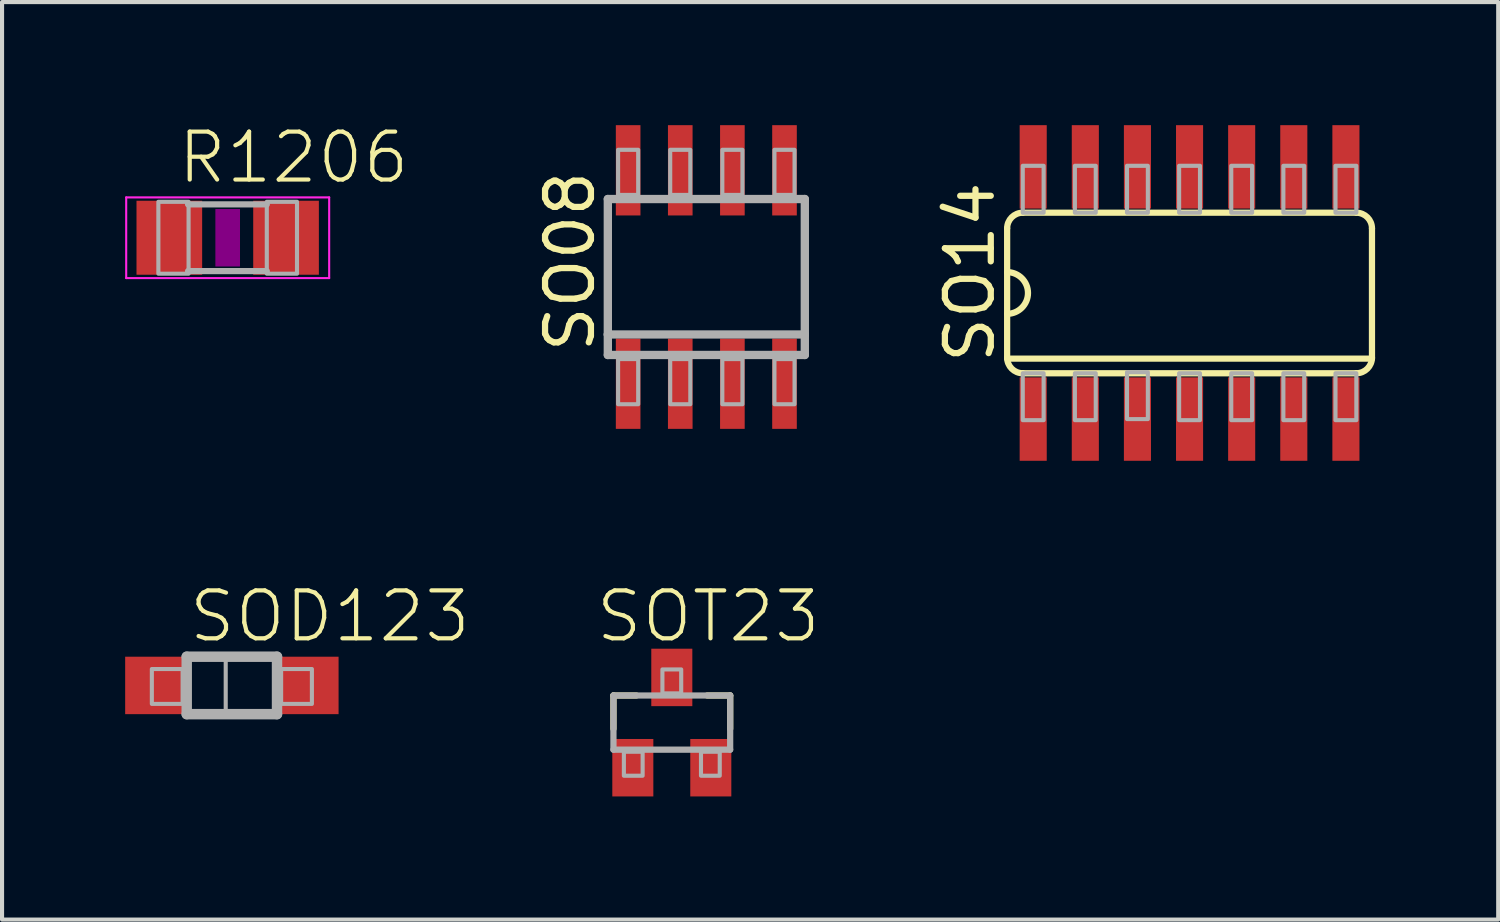
<source format=kicad_pcb>
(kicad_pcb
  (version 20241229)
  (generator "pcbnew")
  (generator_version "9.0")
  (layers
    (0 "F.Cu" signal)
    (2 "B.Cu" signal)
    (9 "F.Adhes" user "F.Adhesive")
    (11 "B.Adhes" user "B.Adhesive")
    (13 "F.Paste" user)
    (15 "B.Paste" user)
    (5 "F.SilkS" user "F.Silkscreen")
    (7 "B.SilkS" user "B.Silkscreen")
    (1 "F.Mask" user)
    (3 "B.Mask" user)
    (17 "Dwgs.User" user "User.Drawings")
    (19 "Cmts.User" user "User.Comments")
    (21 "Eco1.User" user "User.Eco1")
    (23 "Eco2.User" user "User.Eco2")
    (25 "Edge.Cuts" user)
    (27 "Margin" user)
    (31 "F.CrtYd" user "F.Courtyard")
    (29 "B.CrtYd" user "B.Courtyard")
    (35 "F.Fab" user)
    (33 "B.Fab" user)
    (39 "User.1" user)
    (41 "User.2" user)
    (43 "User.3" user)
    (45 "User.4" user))
  (footprint "SO14"
    (layer "F.Cu")
    (at 25.936 4.089)
    (property "Reference" "SO14" (at -4.699 1.778 90) (layer "F.SilkS") (effects (font (size 1.118 1.118) (thickness 0.152)) (justify left bottom)))
    (fp_line (start -4.445 -1.575) (end -4.445 1.575) (stroke (width 0.152) (type solid)) (layer "F.SilkS"))
    (fp_line (start -4.445 1.6) (end 4.445 1.6) (stroke (width 0.152) (type solid)) (layer "F.SilkS"))
    (fp_line (start -4.064 1.956) (end 4.064 1.956) (stroke (width 0.152) (type solid)) (layer "F.SilkS"))
    (fp_line (start 4.064 -1.956) (end -4.064 -1.956) (stroke (width 0.152) (type solid)) (layer "F.SilkS"))
    (fp_line (start 4.445 1.575) (end 4.445 -1.575) (stroke (width 0.152) (type solid)) (layer "F.SilkS"))
    (fp_arc (start -4.445 -1.5748) (mid -4.333408 -1.844208) (end -4.064 -1.9558) (stroke (width 0.1524) (type solid)) (layer "F.SilkS"))
    (fp_arc (start -4.445 -0.508) (mid -3.937 0) (end -4.445 0.508) (stroke (width 0.1524) (type solid)) (layer "F.SilkS"))
    (fp_arc (start -4.064 1.9558) (mid -4.333408 1.844208) (end -4.445 1.5748) (stroke (width 0.1524) (type solid)) (layer "F.SilkS"))
    (fp_arc (start 4.064 -1.9558) (mid 4.333408 -1.844208) (end 4.445 -1.5748) (stroke (width 0.1524) (type solid)) (layer "F.SilkS"))
    (fp_arc (start 4.445 1.5748) (mid 4.333408 1.844208) (end 4.064 1.9558) (stroke (width 0.1524) (type solid)) (layer "F.SilkS"))
    (fp_poly (pts (xy -4.064 -1.956) (xy -3.556 -1.956) (xy -3.556 -3.099) (xy -4.064 -3.099)) (stroke (width 0.1) (type solid)) (fill no) (layer "F.Fab"))
    (fp_poly (pts (xy -4.064 3.099) (xy -3.556 3.099) (xy -3.556 1.956) (xy -4.064 1.956)) (stroke (width 0.1) (type solid)) (fill no) (layer "F.Fab"))
    (fp_poly (pts (xy -2.794 -1.956) (xy -2.286 -1.956) (xy -2.286 -3.099) (xy -2.794 -3.099)) (stroke (width 0.1) (type solid)) (fill no) (layer "F.Fab"))
    (fp_poly (pts (xy -2.794 3.099) (xy -2.286 3.099) (xy -2.286 1.956) (xy -2.794 1.956)) (stroke (width 0.1) (type solid)) (fill no) (layer "F.Fab"))
    (fp_poly (pts (xy -1.524 -1.956) (xy -1.016 -1.956) (xy -1.016 -3.099) (xy -1.524 -3.099)) (stroke (width 0.1) (type solid)) (fill no) (layer "F.Fab"))
    (fp_poly (pts (xy -1.524 3.073) (xy -1.016 3.073) (xy -1.016 1.93) (xy -1.524 1.93)) (stroke (width 0.1) (type solid)) (fill no) (layer "F.Fab"))
    (fp_poly (pts (xy -0.254 -1.956) (xy 0.254 -1.956) (xy 0.254 -3.099) (xy -0.254 -3.099)) (stroke (width 0.1) (type solid)) (fill no) (layer "F.Fab"))
    (fp_poly (pts (xy -0.254 3.099) (xy 0.254 3.099) (xy 0.254 1.956) (xy -0.254 1.956)) (stroke (width 0.1) (type solid)) (fill no) (layer "F.Fab"))
    (fp_poly (pts (xy 1.016 -1.956) (xy 1.524 -1.956) (xy 1.524 -3.099) (xy 1.016 -3.099)) (stroke (width 0.1) (type solid)) (fill no) (layer "F.Fab"))
    (fp_poly (pts (xy 1.016 3.099) (xy 1.524 3.099) (xy 1.524 1.956) (xy 1.016 1.956)) (stroke (width 0.1) (type solid)) (fill no) (layer "F.Fab"))
    (fp_poly (pts (xy 2.286 -1.956) (xy 2.794 -1.956) (xy 2.794 -3.099) (xy 2.286 -3.099)) (stroke (width 0.1) (type solid)) (fill no) (layer "F.Fab"))
    (fp_poly (pts (xy 2.286 3.099) (xy 2.794 3.099) (xy 2.794 1.956) (xy 2.286 1.956)) (stroke (width 0.1) (type solid)) (fill no) (layer "F.Fab"))
    (fp_poly (pts (xy 3.556 -1.956) (xy 4.064 -1.956) (xy 4.064 -3.099) (xy 3.556 -3.099)) (stroke (width 0.1) (type solid)) (fill no) (layer "F.Fab"))
    (fp_poly (pts (xy 3.556 3.099) (xy 4.064 3.099) (xy 4.064 1.956) (xy 3.556 1.956)) (stroke (width 0.1) (type solid)) (fill no) (layer "F.Fab"))
    (pad "1" smd rect (at -3.81 3.073) (size 0.66 2.032) (layers "F.Cu" "F.Mask" "F.Paste"))
    (pad "2" smd rect (at -2.54 3.073) (size 0.66 2.032) (layers "F.Cu" "F.Mask" "F.Paste"))
    (pad "3" smd rect (at -1.27 3.073) (size 0.66 2.032) (layers "F.Cu" "F.Mask" "F.Paste"))
    (pad "4" smd rect (at 0 3.073) (size 0.66 2.032) (layers "F.Cu" "F.Mask" "F.Paste"))
    (pad "5" smd rect (at 1.27 3.073) (size 0.66 2.032) (layers "F.Cu" "F.Mask" "F.Paste"))
    (pad "6" smd rect (at 2.54 3.073) (size 0.66 2.032) (layers "F.Cu" "F.Mask" "F.Paste"))
    (pad "7" smd rect (at 3.81 3.073) (size 0.66 2.032) (layers "F.Cu" "F.Mask" "F.Paste"))
    (pad "8" smd rect (at 3.81 -3.073) (size 0.66 2.032) (layers "F.Cu" "F.Mask" "F.Paste"))
    (pad "9" smd rect (at 2.54 -3.073) (size 0.66 2.032) (layers "F.Cu" "F.Mask" "F.Paste"))
    (pad "10" smd rect (at 1.27 -3.073) (size 0.66 2.032) (layers "F.Cu" "F.Mask" "F.Paste"))
    (pad "11" smd rect (at 0 -3.073) (size 0.66 2.032) (layers "F.Cu" "F.Mask" "F.Paste"))
    (pad "12" smd rect (at -1.27 -3.073) (size 0.66 2.032) (layers "F.Cu" "F.Mask" "F.Paste"))
    (pad "13" smd rect (at -2.54 -3.073) (size 0.66 2.032) (layers "F.Cu" "F.Mask" "F.Paste"))
    (pad "14" smd rect (at -3.81 -3.073) (size 0.66 2.032) (layers "F.Cu" "F.Mask" "F.Paste")))
  (footprint "SOT23"
    (layer "F.Cu")
    (at 13.32 14.557)
    (property "Reference" "SOT23" (at -1.905 -1.905 0) (layer "F.SilkS") (effects (font (size 1.168 1.168) (thickness 0.102)) (justify left bottom)))
    (fp_line (start -1.422 -0.66) (end -0.864 -0.66) (stroke (width 0.152) (type solid)) (layer "F.SilkS"))
    (fp_line (start -1.422 0.152) (end -1.422 -0.66) (stroke (width 0.152) (type solid)) (layer "F.SilkS"))
    (fp_line (start 0.864 -0.66) (end 1.422 -0.66) (stroke (width 0.152) (type solid)) (layer "F.SilkS"))
    (fp_line (start 1.422 -0.66) (end 1.422 0.152) (stroke (width 0.152) (type solid)) (layer "F.SilkS"))
    (fp_line (start -1.422 -0.66) (end 1.422 -0.66) (stroke (width 0.152) (type solid)) (layer "F.Fab"))
    (fp_line (start -1.422 0.66) (end -1.422 -0.66) (stroke (width 0.152) (type solid)) (layer "F.Fab"))
    (fp_line (start 1.422 -0.66) (end 1.422 0.66) (stroke (width 0.152) (type solid)) (layer "F.Fab"))
    (fp_line (start 1.422 0.66) (end -1.422 0.66) (stroke (width 0.152) (type solid)) (layer "F.Fab"))
    (fp_poly (pts (xy -1.168 1.295) (xy -0.711 1.295) (xy -0.711 0.711) (xy -1.168 0.711)) (stroke (width 0.1) (type solid)) (fill no) (layer "F.Fab"))
    (fp_poly (pts (xy -0.229 -0.711) (xy 0.229 -0.711) (xy 0.229 -1.295) (xy -0.229 -1.295)) (stroke (width 0.1) (type solid)) (fill no) (layer "F.Fab"))
    (fp_poly (pts (xy 0.711 1.295) (xy 1.168 1.295) (xy 1.168 0.711) (xy 0.711 0.711)) (stroke (width 0.1) (type solid)) (fill no) (layer "F.Fab"))
    (pad "1" smd rect (at -0.95 1.1) (size 1 1.4) (layers "F.Cu" "F.Mask" "F.Paste"))
    (pad "2" smd rect (at 0.95 1.1) (size 1 1.4) (layers "F.Cu" "F.Mask" "F.Paste"))
    (pad "3" smd rect (at 0 -1.1) (size 1 1.4) (layers "F.Cu" "F.Mask" "F.Paste")))
  (footprint "R1206"
    (layer "F.Cu")
    (at 2.498 2.743)
    (property "Reference" "R1206" (at -1.27 -1.27 0) (layer "F.SilkS") (effects (font (size 1.168 1.168) (thickness 0.102)) (justify left bottom)))
    (fp_poly (pts (xy -0.3 0.7) (xy 0.3 0.7) (xy 0.3 -0.7) (xy -0.3 -0.7)) (stroke (width 0) (type solid)) (fill yes) (layer "F.Adhes"))
    (fp_line (start -2.473 -0.983) (end 2.473 -0.983) (stroke (width 0.051) (type solid)) (layer "F.CrtYd"))
    (fp_line (start -2.473 0.983) (end -2.473 -0.983) (stroke (width 0.051) (type solid)) (layer "F.CrtYd"))
    (fp_line (start 2.473 -0.983) (end 2.473 0.983) (stroke (width 0.051) (type solid)) (layer "F.CrtYd"))
    (fp_line (start 2.473 0.983) (end -2.473 0.983) (stroke (width 0.051) (type solid)) (layer "F.CrtYd"))
    (fp_line (start 0.953 -0.813) (end -0.965 -0.813) (stroke (width 0.152) (type solid)) (layer "F.Fab"))
    (fp_line (start 0.953 0.813) (end -0.965 0.813) (stroke (width 0.152) (type solid)) (layer "F.Fab"))
    (fp_poly (pts (xy -1.689 0.876) (xy -0.953 0.876) (xy -0.953 -0.876) (xy -1.689 -0.876)) (stroke (width 0.1) (type solid)) (fill no) (layer "F.Fab"))
    (fp_poly (pts (xy 0.953 0.876) (xy 1.689 0.876) (xy 1.689 -0.876) (xy 0.953 -0.876)) (stroke (width 0.1) (type solid)) (fill no) (layer "F.Fab"))
    (pad "1" smd rect (at -1.422 0) (size 1.6 1.803) (layers "F.Cu" "F.Mask" "F.Paste"))
    (pad "2" smd rect (at 1.422 0) (size 1.6 1.803) (layers "F.Cu" "F.Mask" "F.Paste")))
  (footprint "SO08"
    (layer "F.Cu")
    (at 14.161 3.7)
    (property "Reference" "SO08" (at -2.667 1.905 90) (layer "F.SilkS") (effects (font (size 1.118 1.118) (thickness 0.152)) (justify left bottom)))
    (fp_line (start -2.4 -1.9) (end 2.4 -1.9) (stroke (width 0.203) (type solid)) (layer "F.Fab"))
    (fp_line (start -2.4 1.4) (end -2.4 -1.9) (stroke (width 0.203) (type solid)) (layer "F.Fab"))
    (fp_line (start -2.4 1.9) (end -2.4 1.4) (stroke (width 0.203) (type solid)) (layer "F.Fab"))
    (fp_line (start 2.4 -1.9) (end 2.4 1.4) (stroke (width 0.203) (type solid)) (layer "F.Fab"))
    (fp_line (start 2.4 1.4) (end -2.4 1.4) (stroke (width 0.203) (type solid)) (layer "F.Fab"))
    (fp_line (start 2.4 1.4) (end 2.4 1.9) (stroke (width 0.203) (type solid)) (layer "F.Fab"))
    (fp_line (start 2.4 1.9) (end -2.4 1.9) (stroke (width 0.203) (type solid)) (layer "F.Fab"))
    (fp_poly (pts (xy -2.15 -2) (xy -1.66 -2) (xy -1.66 -3.1) (xy -2.15 -3.1)) (stroke (width 0.1) (type solid)) (fill no) (layer "F.Fab"))
    (fp_poly (pts (xy -2.15 3.1) (xy -1.66 3.1) (xy -1.66 2) (xy -2.15 2)) (stroke (width 0.1) (type solid)) (fill no) (layer "F.Fab"))
    (fp_poly (pts (xy -0.88 -2) (xy -0.39 -2) (xy -0.39 -3.1) (xy -0.88 -3.1)) (stroke (width 0.1) (type solid)) (fill no) (layer "F.Fab"))
    (fp_poly (pts (xy -0.88 3.1) (xy -0.39 3.1) (xy -0.39 2) (xy -0.88 2)) (stroke (width 0.1) (type solid)) (fill no) (layer "F.Fab"))
    (fp_poly (pts (xy 0.39 -2) (xy 0.88 -2) (xy 0.88 -3.1) (xy 0.39 -3.1)) (stroke (width 0.1) (type solid)) (fill no) (layer "F.Fab"))
    (fp_poly (pts (xy 0.39 3.1) (xy 0.88 3.1) (xy 0.88 2) (xy 0.39 2)) (stroke (width 0.1) (type solid)) (fill no) (layer "F.Fab"))
    (fp_poly (pts (xy 1.66 -2) (xy 2.15 -2) (xy 2.15 -3.1) (xy 1.66 -3.1)) (stroke (width 0.1) (type solid)) (fill no) (layer "F.Fab"))
    (fp_poly (pts (xy 1.66 3.1) (xy 2.15 3.1) (xy 2.15 2) (xy 1.66 2)) (stroke (width 0.1) (type solid)) (fill no) (layer "F.Fab"))
    (pad "1" smd rect (at -1.905 2.6) (size 0.6 2.2) (layers "F.Cu" "F.Mask" "F.Paste"))
    (pad "2" smd rect (at -0.635 2.6) (size 0.6 2.2) (layers "F.Cu" "F.Mask" "F.Paste"))
    (pad "3" smd rect (at 0.635 2.6) (size 0.6 2.2) (layers "F.Cu" "F.Mask" "F.Paste"))
    (pad "4" smd rect (at 1.905 2.6) (size 0.6 2.2) (layers "F.Cu" "F.Mask" "F.Paste"))
    (pad "5" smd rect (at 1.905 -2.6) (size 0.6 2.2) (layers "F.Cu" "F.Mask" "F.Paste"))
    (pad "6" smd rect (at 0.635 -2.6) (size 0.6 2.2) (layers "F.Cu" "F.Mask" "F.Paste"))
    (pad "7" smd rect (at -0.635 -2.6) (size 0.6 2.2) (layers "F.Cu" "F.Mask" "F.Paste"))
    (pad "8" smd rect (at -1.905 -2.6) (size 0.6 2.2) (layers "F.Cu" "F.Mask" "F.Paste")))
  (footprint "SOD123"
    (layer "F.Cu")
    (at 2.6 13.652)
    (property "Reference" "SOD123" (at -1.1 -1 0) (layer "F.SilkS") (effects (font (size 1.168 1.168) (thickness 0.102)) (justify left bottom)))
    (fp_line (start -1.1 -0.7) (end 1.1 -0.7) (stroke (width 0.254) (type solid)) (layer "F.Fab"))
    (fp_line (start -1.1 0.7) (end -1.1 -0.7) (stroke (width 0.254) (type solid)) (layer "F.Fab"))
    (fp_line (start 1.1 -0.7) (end 1.1 0.7) (stroke (width 0.254) (type solid)) (layer "F.Fab"))
    (fp_line (start 1.1 0.7) (end -1.1 0.7) (stroke (width 0.254) (type solid)) (layer "F.Fab"))
    (fp_poly (pts (xy -1.95 0.45) (xy -1.2 0.45) (xy -1.2 -0.4) (xy -1.95 -0.4)) (stroke (width 0.1) (type solid)) (fill no) (layer "F.Fab"))
    (fp_poly (pts (xy -1.05 0.65) (xy -0.15 0.65) (xy -0.15 -0.7) (xy -1.05 -0.7)) (stroke (width 0.1) (type solid)) (fill no) (layer "F.Fab"))
    (fp_poly (pts (xy 1.2 0.45) (xy 1.95 0.45) (xy 1.95 -0.4) (xy 1.2 -0.4)) (stroke (width 0.1) (type solid)) (fill no) (layer "F.Fab"))
    (pad "A" smd rect (at 1.9 0) (size 1.4 1.4) (layers "F.Cu" "F.Mask" "F.Paste"))
    (pad "C" smd rect (at -1.9 0) (size 1.4 1.4) (layers "F.Cu" "F.Mask" "F.Paste")))
  (gr_rect
    (start -3 -3)
    (end 33.457 19.357)
    (stroke (width 0.1) (type default))
    (fill no)
    (layer "Edge.Cuts")))
</source>
